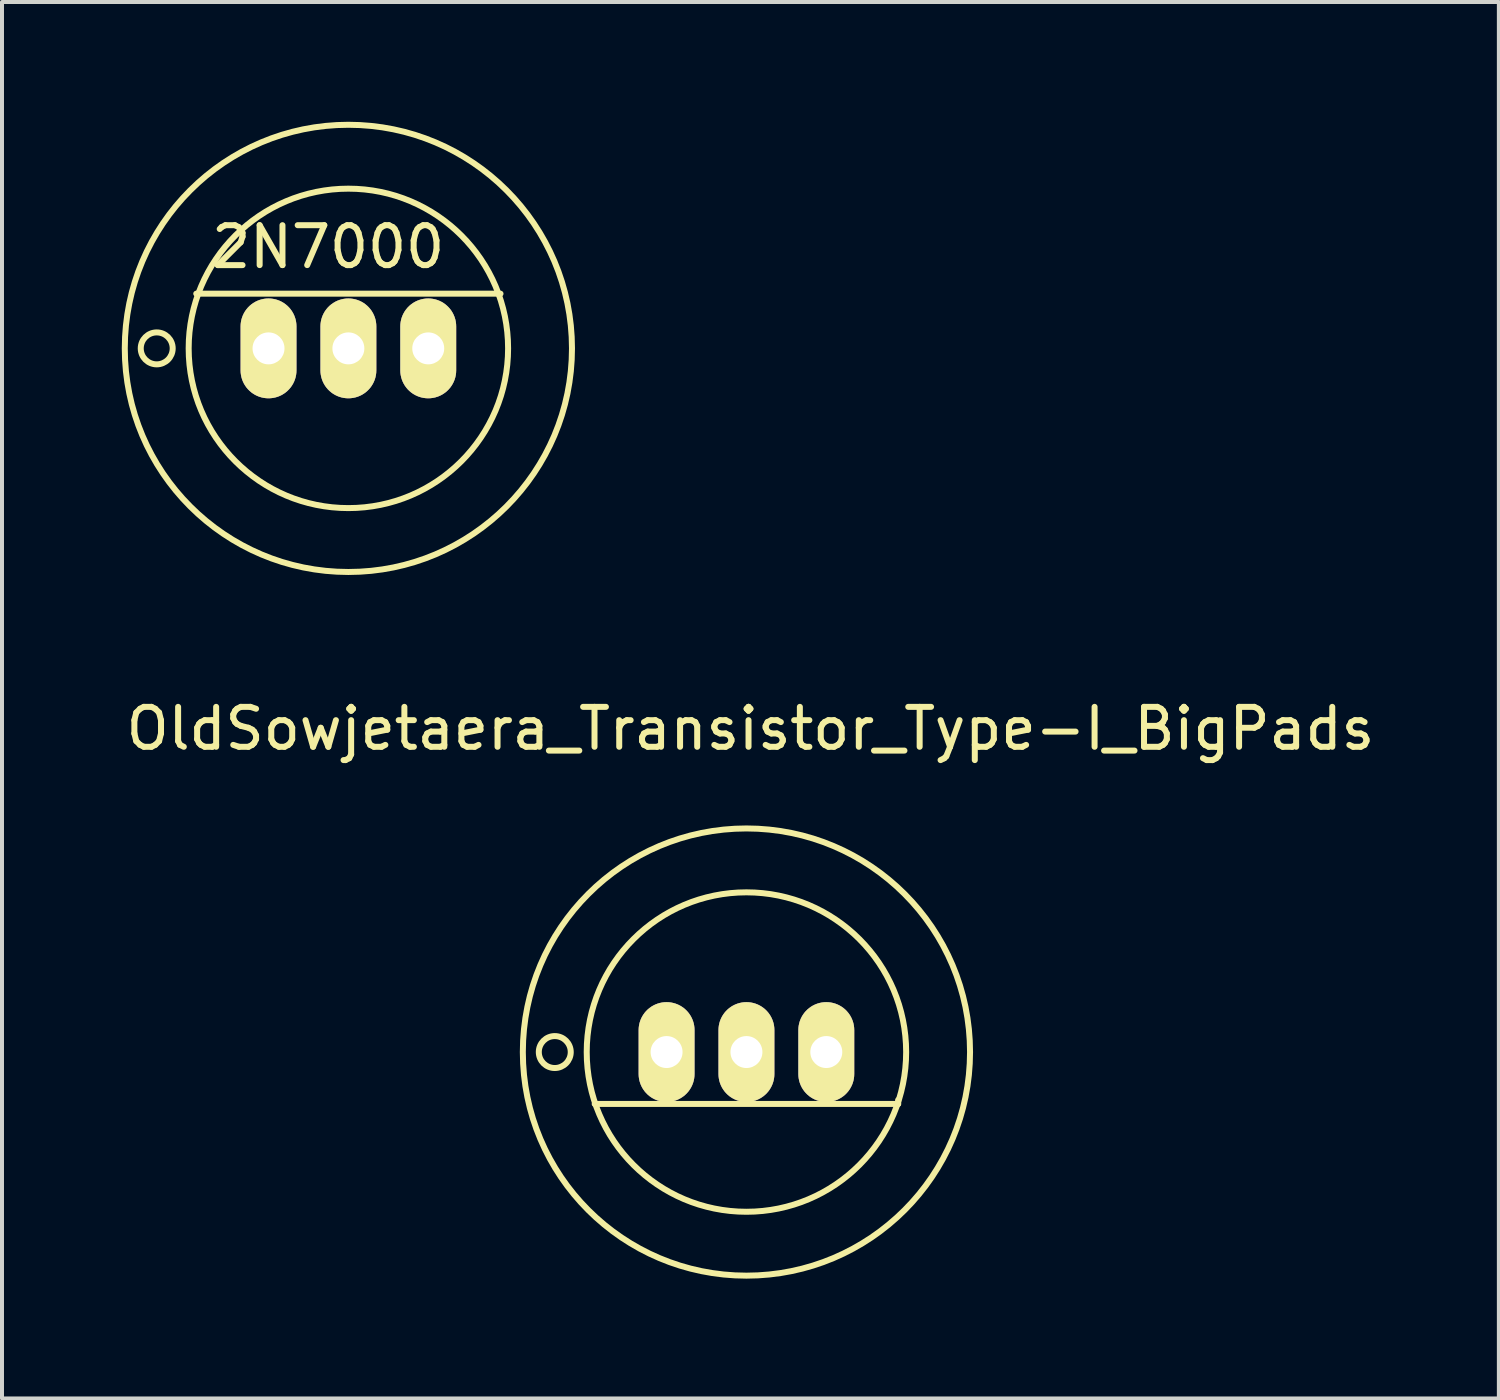
<source format=kicad_pcb>
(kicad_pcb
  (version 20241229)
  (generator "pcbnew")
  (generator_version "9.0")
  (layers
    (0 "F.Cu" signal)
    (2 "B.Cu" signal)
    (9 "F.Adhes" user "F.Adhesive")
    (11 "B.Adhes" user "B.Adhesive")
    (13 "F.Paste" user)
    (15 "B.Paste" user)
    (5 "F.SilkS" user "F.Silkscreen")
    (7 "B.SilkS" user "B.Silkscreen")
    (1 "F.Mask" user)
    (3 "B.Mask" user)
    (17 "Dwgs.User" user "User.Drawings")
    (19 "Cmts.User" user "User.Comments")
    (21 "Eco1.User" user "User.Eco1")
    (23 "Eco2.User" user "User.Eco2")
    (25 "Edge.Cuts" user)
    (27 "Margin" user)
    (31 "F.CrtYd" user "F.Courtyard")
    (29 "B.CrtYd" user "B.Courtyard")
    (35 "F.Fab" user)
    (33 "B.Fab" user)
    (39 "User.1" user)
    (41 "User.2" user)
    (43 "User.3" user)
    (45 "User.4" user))
  (footprint "OldSowjetaera_Transistor_Type-I_BigPads"
    (layer "F.Cu")
    (at 15.644 23.298)
    (property "Reference" "OldSowjetaera_Transistor_Type-I_BigPads" (at 0.1 -8.1 0) (layer "F.SilkS") (effects (font (size 1 1) (thickness 0.15))))
    (attr through_hole)
    (fp_line (start -3.8 1.3) (end 3.8 1.3) (stroke (width 0.15) (type solid)) (layer "F.SilkS"))
    (fp_line (start 3.8 1.3) (end 3.8 1.2) (stroke (width 0.15) (type solid)) (layer "F.SilkS"))
    (fp_circle (center -4.8 0) (end -4.8 0.4) (stroke (width 0.15) (type solid)) (fill no) (layer "F.SilkS"))
    (fp_circle (center 0 0) (end 4 0) (stroke (width 0.15) (type solid)) (fill no) (layer "F.SilkS"))
    (fp_circle (center 0 0) (end 5.6 0) (stroke (width 0.15) (type solid)) (fill no) (layer "F.SilkS"))
    (pad "1" thru_hole oval (at -2 0) (size 1.4 2.5) (drill 0.8) (layers "*.Cu" "*.Mask" "F.SilkS"))
    (pad "2" thru_hole oval (at 0 0) (size 1.4 2.5) (drill 0.8) (layers "*.Cu" "*.Mask" "F.SilkS"))
    (pad "3" thru_hole oval (at 2 0) (size 1.4 2.5) (drill 0.8) (layers "*.Cu" "*.Mask" "F.SilkS")))
  (footprint "2N7000"
    (layer "F.Cu")
    (at 5.675 5.675)
    (property "Reference" "2N7000" (at -0.508 -2.54 0) (layer "F.SilkS") (effects (font (size 1 1) (thickness 0.15))))
    (attr through_hole)
    (fp_line (start -3.81 -1.37) (end 3.81 -1.37) (stroke (width 0.15) (type solid)) (layer "F.SilkS"))
    (fp_circle (center -4.8 0) (end -4.8 0.4) (stroke (width 0.15) (type solid)) (fill no) (layer "F.SilkS"))
    (fp_circle (center 0 0) (end 4 0) (stroke (width 0.15) (type solid)) (fill no) (layer "F.SilkS"))
    (fp_circle (center 0 0) (end 5.6 0) (stroke (width 0.15) (type solid)) (fill no) (layer "F.SilkS"))
    (pad "1" thru_hole oval (at 0 0) (size 1.4 2.5) (drill 0.8) (layers "*.Cu" "*.Mask" "F.SilkS"))
    (pad "2" thru_hole oval (at 2 0) (size 1.4 2.5) (drill 0.8) (layers "*.Cu" "*.Mask" "F.SilkS"))
    (pad "3" thru_hole oval (at -2 0) (size 1.4 2.5) (drill 0.8) (layers "*.Cu" "*.Mask" "F.SilkS")))
  (gr_rect
    (start -3 -3)
    (end 34.488 31.973)
    (stroke (width 0.1) (type default))
    (fill no)
    (layer "Edge.Cuts")))
</source>
